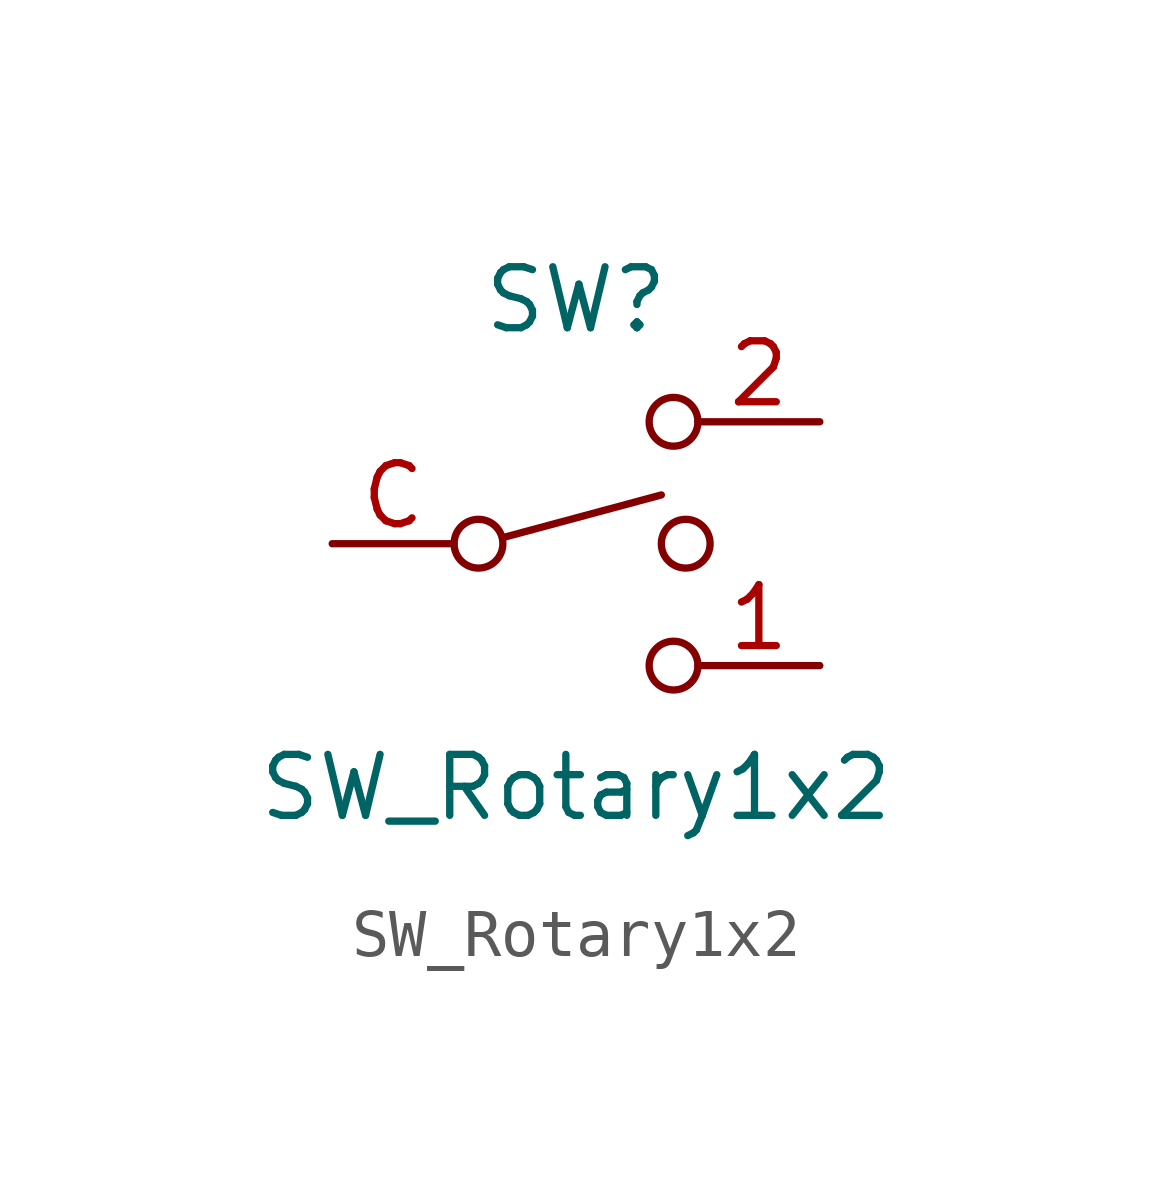
<source format=kicad_sym>
(kicad_symbol_lib
  (version 20220914)
  (generator kicad_symbol_editor)
  (symbol "SW_Rotary1x2"
    (pin_names
      (offset 0) hide)
    (property "Reference" "SW"
      (at 0 5.08 0)
      (effects (font (size 1.27 1.27))))
    (property "Value" "SW_Rotary1x2"
      (at 0 -5.08 0)
      (effects (font (size 1.27 1.27))))
    (symbol "SW_Rotary1x2_0_0"
      (circle (center -2.032 0) (radius 0.508) (stroke (width 0) (type default)) (fill (type none)))
      (polyline (pts (xy -1.524 0.127) (xy 1.778 1.016)) (stroke (width 0) (type default)) (fill (type none)))
      (circle (center 2.032 -2.54) (radius 0.508) (stroke (width 0) (type default)) (fill (type none))))
    (symbol "SW_Rotary1x2_0_1"
      (circle (center 2.032 2.54) (radius 0.508) (stroke (width 0) (type default)) (fill (type none)))
      (circle (center 2.286 0) (radius 0.508) (stroke (width 0) (type default)) (fill (type none))))
    (symbol "SW_Rotary1x2_1_1"
      (pin passive line (at 5.08 -2.54 180) (length 2.54) (name "1" (effects (font (size 1.27 1.27)))) (number "1" (effects (font (size 1.27 1.27)))))
      (pin passive line (at 5.08 2.54 180) (length 2.54) (name "2" (effects (font (size 1.27 1.27)))) (number "2" (effects (font (size 1.27 1.27)))))
      (pin passive line (at -5.08 0 0) (length 2.54) (name "C" (effects (font (size 1.27 1.27)))) (number "C" (effects (font (size 1.27 1.27))))))))
</source>
